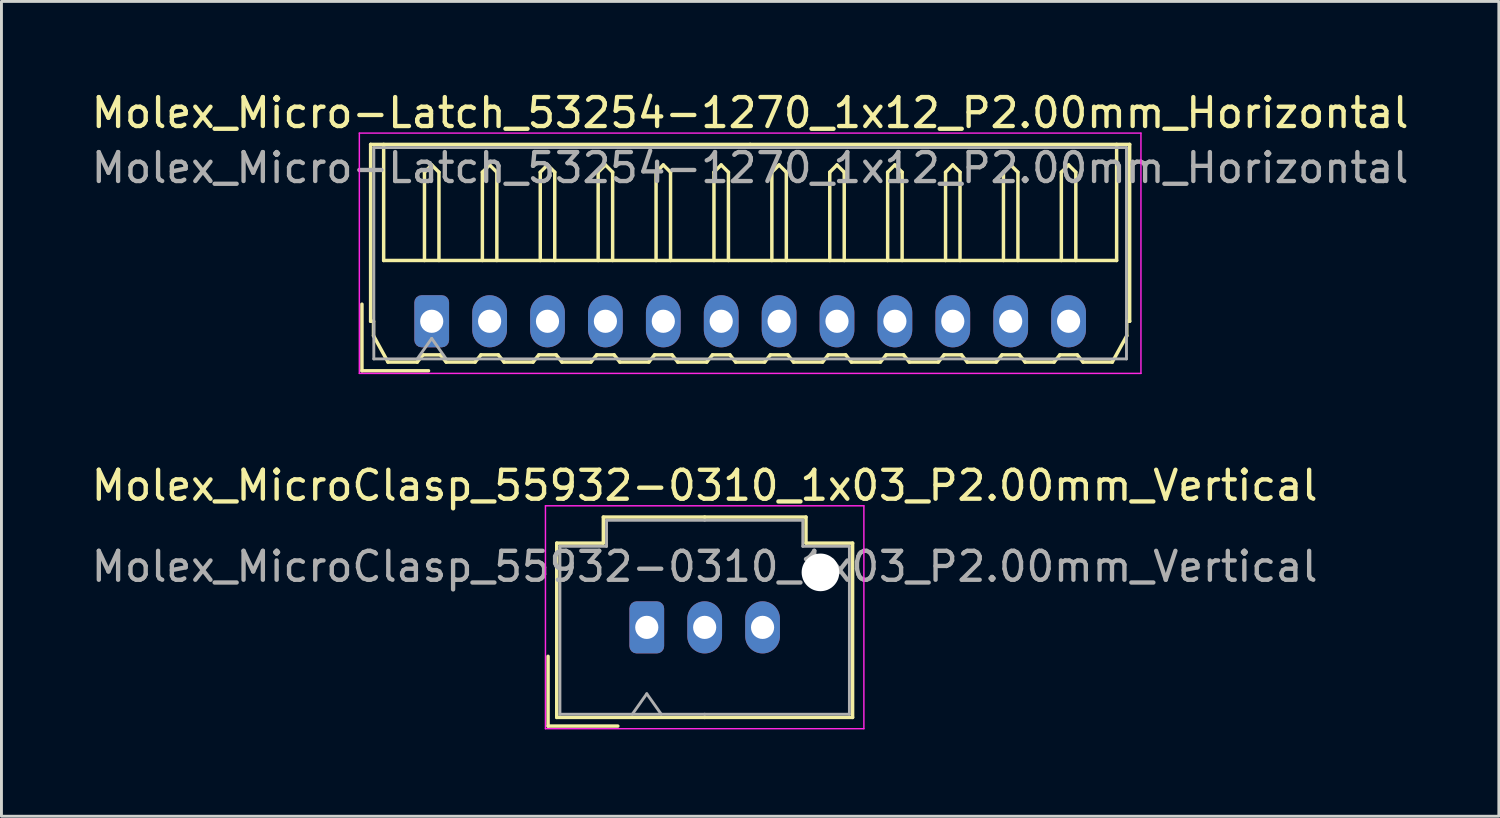
<source format=kicad_pcb>
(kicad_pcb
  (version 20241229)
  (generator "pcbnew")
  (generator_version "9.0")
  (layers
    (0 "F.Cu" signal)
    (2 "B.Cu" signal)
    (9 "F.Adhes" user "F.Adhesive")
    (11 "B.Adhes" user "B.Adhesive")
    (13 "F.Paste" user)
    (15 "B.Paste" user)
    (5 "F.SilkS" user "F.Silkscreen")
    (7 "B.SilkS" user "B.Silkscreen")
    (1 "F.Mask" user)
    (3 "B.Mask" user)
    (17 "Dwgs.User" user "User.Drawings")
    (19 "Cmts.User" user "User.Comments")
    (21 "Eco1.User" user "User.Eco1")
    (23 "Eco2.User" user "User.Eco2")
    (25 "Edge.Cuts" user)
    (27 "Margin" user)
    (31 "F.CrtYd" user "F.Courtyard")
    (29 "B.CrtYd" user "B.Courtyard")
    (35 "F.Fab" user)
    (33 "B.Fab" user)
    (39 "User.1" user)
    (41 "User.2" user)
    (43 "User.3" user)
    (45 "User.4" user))
  (footprint "Molex_MicroClasp_55932-0310_1x03_P2.00mm_Vertical"
    (layer "F.Cu")
    (at 19.292 18.622)
    (property "Reference" "Molex_MicroClasp_55932-0310_1x03_P2.00mm_Vertical" (at 2 -4.9 0) (layer "F.SilkS") (effects (font (size 1 1) (thickness 0.15))))
    (attr through_hole)
    (fp_line (start -3.41 1) (end -3.41 3.41) (stroke (width 0.12) (type solid)) (layer "F.SilkS"))
    (fp_line (start -3.41 3.41) (end -1 3.41) (stroke (width 0.12) (type solid)) (layer "F.SilkS"))
    (fp_line (start -3.11 -2.91) (end -3.11 3.11) (stroke (width 0.12) (type solid)) (layer "F.SilkS"))
    (fp_line (start -3.11 3.11) (end 2 3.11) (stroke (width 0.12) (type solid)) (layer "F.SilkS"))
    (fp_line (start -1.5 -3.81) (end -1.5 -2.91) (stroke (width 0.12) (type solid)) (layer "F.SilkS"))
    (fp_line (start -1.5 -2.91) (end -3.11 -2.91) (stroke (width 0.12) (type solid)) (layer "F.SilkS"))
    (fp_line (start 2 -3.81) (end -1.5 -3.81) (stroke (width 0.12) (type solid)) (layer "F.SilkS"))
    (fp_line (start 2 -3.81) (end 5.5 -3.81) (stroke (width 0.12) (type solid)) (layer "F.SilkS"))
    (fp_line (start 5.5 -3.81) (end 5.5 -2.91) (stroke (width 0.12) (type solid)) (layer "F.SilkS"))
    (fp_line (start 5.5 -2.91) (end 7.11 -2.91) (stroke (width 0.12) (type solid)) (layer "F.SilkS"))
    (fp_line (start 7.11 -2.91) (end 7.11 3.11) (stroke (width 0.12) (type solid)) (layer "F.SilkS"))
    (fp_line (start 7.11 3.11) (end 2 3.11) (stroke (width 0.12) (type solid)) (layer "F.SilkS"))
    (fp_line (start -3.5 -4.2) (end -3.5 3.5) (stroke (width 0.05) (type solid)) (layer "F.CrtYd"))
    (fp_line (start -3.5 3.5) (end 7.5 3.5) (stroke (width 0.05) (type solid)) (layer "F.CrtYd"))
    (fp_line (start 7.5 -4.2) (end -3.5 -4.2) (stroke (width 0.05) (type solid)) (layer "F.CrtYd"))
    (fp_line (start 7.5 3.5) (end 7.5 -4.2) (stroke (width 0.05) (type solid)) (layer "F.CrtYd"))
    (fp_line (start -3 -2.8) (end -3 3) (stroke (width 0.1) (type solid)) (layer "F.Fab"))
    (fp_line (start -3 3) (end 2 3) (stroke (width 0.1) (type solid)) (layer "F.Fab"))
    (fp_line (start -1.39 -3.7) (end -1.39 -2.8) (stroke (width 0.1) (type solid)) (layer "F.Fab"))
    (fp_line (start -1.39 -2.8) (end -3 -2.8) (stroke (width 0.1) (type solid)) (layer "F.Fab"))
    (fp_line (start -0.5 3) (end 0 2.293) (stroke (width 0.1) (type solid)) (layer "F.Fab"))
    (fp_line (start 0 2.293) (end 0.5 3) (stroke (width 0.1) (type solid)) (layer "F.Fab"))
    (fp_line (start 2 -3.7) (end -1.39 -3.7) (stroke (width 0.1) (type solid)) (layer "F.Fab"))
    (fp_line (start 2 -3.7) (end 5.39 -3.7) (stroke (width 0.1) (type solid)) (layer "F.Fab"))
    (fp_line (start 5.39 -3.7) (end 5.39 -2.8) (stroke (width 0.1) (type solid)) (layer "F.Fab"))
    (fp_line (start 5.39 -2.8) (end 7 -2.8) (stroke (width 0.1) (type solid)) (layer "F.Fab"))
    (fp_line (start 7 -2.8) (end 7 3) (stroke (width 0.1) (type solid)) (layer "F.Fab"))
    (fp_line (start 7 3) (end 2 3) (stroke (width 0.1) (type solid)) (layer "F.Fab"))
    (fp_text user "${REFERENCE}" (at 2 -2.1 0) (layer "F.Fab") (effects (font (size 1 1) (thickness 0.15))))
    (pad "" np_thru_hole circle (at 6 -1.9) (size 1.3 1.3) (drill 1.3) (layers "*.Cu" "*.Mask"))
    (pad "1" thru_hole roundrect (at 0 0) (size 1.2 1.8) (drill 0.8) (layers "*.Cu" "*.Mask") (roundrect_rratio 0.208))
    (pad "2" thru_hole oval (at 2 0) (size 1.2 1.8) (drill 0.8) (layers "*.Cu" "*.Mask"))
    (pad "3" thru_hole oval (at 4 0) (size 1.2 1.8) (drill 0.8) (layers "*.Cu" "*.Mask")))
  (footprint "Molex_Micro-Latch_53254-1270_1x12_P2.00mm_Horizontal"
    (layer "F.Cu")
    (at 11.863 8.048)
    (property "Reference" "Molex_Micro-Latch_53254-1270_1x12_P2.00mm_Horizontal" (at 11 -7.2 0) (layer "F.SilkS") (effects (font (size 1 1) (thickness 0.15))))
    (attr through_hole)
    (fp_line (start -2.41 1.71) (end -2.41 -0.59) (stroke (width 0.12) (type solid)) (layer "F.SilkS"))
    (fp_line (start -2.11 -6.11) (end 11 -6.11) (stroke (width 0.12) (type solid)) (layer "F.SilkS"))
    (fp_line (start -2.11 0) (end -2.11 -6.11) (stroke (width 0.12) (type solid)) (layer "F.SilkS"))
    (fp_line (start -2.01 0) (end -2.11 0) (stroke (width 0.12) (type solid)) (layer "F.SilkS"))
    (fp_line (start -2.01 0.5) (end -2.01 0) (stroke (width 0.12) (type solid)) (layer "F.SilkS"))
    (fp_line (start -1.66 -6.11) (end -1.66 -2.1) (stroke (width 0.12) (type solid)) (layer "F.SilkS"))
    (fp_line (start -1.66 -2.1) (end 23.66 -2.1) (stroke (width 0.12) (type solid)) (layer "F.SilkS"))
    (fp_line (start -1.51 1.41) (end -2.01 0.5) (stroke (width 0.12) (type solid)) (layer "F.SilkS"))
    (fp_line (start -0.5 1.41) (end -1.51 1.41) (stroke (width 0.12) (type solid)) (layer "F.SilkS"))
    (fp_line (start -0.3 1.16) (end -0.5 1.41) (stroke (width 0.12) (type solid)) (layer "F.SilkS"))
    (fp_line (start -0.3 1.16) (end 0.3 1.16) (stroke (width 0.12) (type solid)) (layer "F.SilkS"))
    (fp_line (start -0.25 -5.15) (end 0 -5.4) (stroke (width 0.12) (type solid)) (layer "F.SilkS"))
    (fp_line (start -0.25 -2.1) (end -0.25 -5.15) (stroke (width 0.12) (type solid)) (layer "F.SilkS"))
    (fp_line (start -0.11 1.71) (end -2.41 1.71) (stroke (width 0.12) (type solid)) (layer "F.SilkS"))
    (fp_line (start 0 -5.4) (end 0.25 -5.15) (stroke (width 0.12) (type solid)) (layer "F.SilkS"))
    (fp_line (start 0.25 -5.15) (end 0.25 -2.1) (stroke (width 0.12) (type solid)) (layer "F.SilkS"))
    (fp_line (start 0.3 1.16) (end 0.5 1.41) (stroke (width 0.12) (type solid)) (layer "F.SilkS"))
    (fp_line (start 0.5 1.41) (end 1.5 1.41) (stroke (width 0.12) (type solid)) (layer "F.SilkS"))
    (fp_line (start 1.5 1.41) (end 1.7 1.16) (stroke (width 0.12) (type solid)) (layer "F.SilkS"))
    (fp_line (start 1.7 1.16) (end 2.3 1.16) (stroke (width 0.12) (type solid)) (layer "F.SilkS"))
    (fp_line (start 1.75 -5.15) (end 2 -5.4) (stroke (width 0.12) (type solid)) (layer "F.SilkS"))
    (fp_line (start 1.75 -2.1) (end 1.75 -5.15) (stroke (width 0.12) (type solid)) (layer "F.SilkS"))
    (fp_line (start 2 -5.4) (end 2.25 -5.15) (stroke (width 0.12) (type solid)) (layer "F.SilkS"))
    (fp_line (start 2.25 -5.15) (end 2.25 -2.1) (stroke (width 0.12) (type solid)) (layer "F.SilkS"))
    (fp_line (start 2.3 1.16) (end 2.5 1.41) (stroke (width 0.12) (type solid)) (layer "F.SilkS"))
    (fp_line (start 2.5 1.41) (end 3.5 1.41) (stroke (width 0.12) (type solid)) (layer "F.SilkS"))
    (fp_line (start 3.5 1.41) (end 3.7 1.16) (stroke (width 0.12) (type solid)) (layer "F.SilkS"))
    (fp_line (start 3.7 1.16) (end 4.3 1.16) (stroke (width 0.12) (type solid)) (layer "F.SilkS"))
    (fp_line (start 3.75 -5.15) (end 4 -5.4) (stroke (width 0.12) (type solid)) (layer "F.SilkS"))
    (fp_line (start 3.75 -2.1) (end 3.75 -5.15) (stroke (width 0.12) (type solid)) (layer "F.SilkS"))
    (fp_line (start 4 -5.4) (end 4.25 -5.15) (stroke (width 0.12) (type solid)) (layer "F.SilkS"))
    (fp_line (start 4.25 -5.15) (end 4.25 -2.1) (stroke (width 0.12) (type solid)) (layer "F.SilkS"))
    (fp_line (start 4.3 1.16) (end 4.5 1.41) (stroke (width 0.12) (type solid)) (layer "F.SilkS"))
    (fp_line (start 4.5 1.41) (end 5.5 1.41) (stroke (width 0.12) (type solid)) (layer "F.SilkS"))
    (fp_line (start 5.5 1.41) (end 5.7 1.16) (stroke (width 0.12) (type solid)) (layer "F.SilkS"))
    (fp_line (start 5.7 1.16) (end 6.3 1.16) (stroke (width 0.12) (type solid)) (layer "F.SilkS"))
    (fp_line (start 5.75 -5.15) (end 6 -5.4) (stroke (width 0.12) (type solid)) (layer "F.SilkS"))
    (fp_line (start 5.75 -2.1) (end 5.75 -5.15) (stroke (width 0.12) (type solid)) (layer "F.SilkS"))
    (fp_line (start 6 -5.4) (end 6.25 -5.15) (stroke (width 0.12) (type solid)) (layer "F.SilkS"))
    (fp_line (start 6.25 -5.15) (end 6.25 -2.1) (stroke (width 0.12) (type solid)) (layer "F.SilkS"))
    (fp_line (start 6.3 1.16) (end 6.5 1.41) (stroke (width 0.12) (type solid)) (layer "F.SilkS"))
    (fp_line (start 6.5 1.41) (end 7.5 1.41) (stroke (width 0.12) (type solid)) (layer "F.SilkS"))
    (fp_line (start 7.5 1.41) (end 7.7 1.16) (stroke (width 0.12) (type solid)) (layer "F.SilkS"))
    (fp_line (start 7.7 1.16) (end 8.3 1.16) (stroke (width 0.12) (type solid)) (layer "F.SilkS"))
    (fp_line (start 7.75 -5.15) (end 8 -5.4) (stroke (width 0.12) (type solid)) (layer "F.SilkS"))
    (fp_line (start 7.75 -2.1) (end 7.75 -5.15) (stroke (width 0.12) (type solid)) (layer "F.SilkS"))
    (fp_line (start 8 -5.4) (end 8.25 -5.15) (stroke (width 0.12) (type solid)) (layer "F.SilkS"))
    (fp_line (start 8.25 -5.15) (end 8.25 -2.1) (stroke (width 0.12) (type solid)) (layer "F.SilkS"))
    (fp_line (start 8.3 1.16) (end 8.5 1.41) (stroke (width 0.12) (type solid)) (layer "F.SilkS"))
    (fp_line (start 8.5 1.41) (end 9.5 1.41) (stroke (width 0.12) (type solid)) (layer "F.SilkS"))
    (fp_line (start 9.5 1.41) (end 9.7 1.16) (stroke (width 0.12) (type solid)) (layer "F.SilkS"))
    (fp_line (start 9.7 1.16) (end 10.3 1.16) (stroke (width 0.12) (type solid)) (layer "F.SilkS"))
    (fp_line (start 9.75 -5.15) (end 10 -5.4) (stroke (width 0.12) (type solid)) (layer "F.SilkS"))
    (fp_line (start 9.75 -2.1) (end 9.75 -5.15) (stroke (width 0.12) (type solid)) (layer "F.SilkS"))
    (fp_line (start 10 -5.4) (end 10.25 -5.15) (stroke (width 0.12) (type solid)) (layer "F.SilkS"))
    (fp_line (start 10.25 -5.15) (end 10.25 -2.1) (stroke (width 0.12) (type solid)) (layer "F.SilkS"))
    (fp_line (start 10.3 1.16) (end 10.5 1.41) (stroke (width 0.12) (type solid)) (layer "F.SilkS"))
    (fp_line (start 10.5 1.41) (end 11.5 1.41) (stroke (width 0.12) (type solid)) (layer "F.SilkS"))
    (fp_line (start 11.5 1.41) (end 11.7 1.16) (stroke (width 0.12) (type solid)) (layer "F.SilkS"))
    (fp_line (start 11.7 1.16) (end 12.3 1.16) (stroke (width 0.12) (type solid)) (layer "F.SilkS"))
    (fp_line (start 11.75 -5.15) (end 12 -5.4) (stroke (width 0.12) (type solid)) (layer "F.SilkS"))
    (fp_line (start 11.75 -2.1) (end 11.75 -5.15) (stroke (width 0.12) (type solid)) (layer "F.SilkS"))
    (fp_line (start 12 -5.4) (end 12.25 -5.15) (stroke (width 0.12) (type solid)) (layer "F.SilkS"))
    (fp_line (start 12.25 -5.15) (end 12.25 -2.1) (stroke (width 0.12) (type solid)) (layer "F.SilkS"))
    (fp_line (start 12.3 1.16) (end 12.5 1.41) (stroke (width 0.12) (type solid)) (layer "F.SilkS"))
    (fp_line (start 12.5 1.41) (end 13.5 1.41) (stroke (width 0.12) (type solid)) (layer "F.SilkS"))
    (fp_line (start 13.5 1.41) (end 13.7 1.16) (stroke (width 0.12) (type solid)) (layer "F.SilkS"))
    (fp_line (start 13.7 1.16) (end 14.3 1.16) (stroke (width 0.12) (type solid)) (layer "F.SilkS"))
    (fp_line (start 13.75 -5.15) (end 14 -5.4) (stroke (width 0.12) (type solid)) (layer "F.SilkS"))
    (fp_line (start 13.75 -2.1) (end 13.75 -5.15) (stroke (width 0.12) (type solid)) (layer "F.SilkS"))
    (fp_line (start 14 -5.4) (end 14.25 -5.15) (stroke (width 0.12) (type solid)) (layer "F.SilkS"))
    (fp_line (start 14.25 -5.15) (end 14.25 -2.1) (stroke (width 0.12) (type solid)) (layer "F.SilkS"))
    (fp_line (start 14.3 1.16) (end 14.5 1.41) (stroke (width 0.12) (type solid)) (layer "F.SilkS"))
    (fp_line (start 14.5 1.41) (end 15.5 1.41) (stroke (width 0.12) (type solid)) (layer "F.SilkS"))
    (fp_line (start 15.5 1.41) (end 15.7 1.16) (stroke (width 0.12) (type solid)) (layer "F.SilkS"))
    (fp_line (start 15.7 1.16) (end 16.3 1.16) (stroke (width 0.12) (type solid)) (layer "F.SilkS"))
    (fp_line (start 15.75 -5.15) (end 16 -5.4) (stroke (width 0.12) (type solid)) (layer "F.SilkS"))
    (fp_line (start 15.75 -2.1) (end 15.75 -5.15) (stroke (width 0.12) (type solid)) (layer "F.SilkS"))
    (fp_line (start 16 -5.4) (end 16.25 -5.15) (stroke (width 0.12) (type solid)) (layer "F.SilkS"))
    (fp_line (start 16.25 -5.15) (end 16.25 -2.1) (stroke (width 0.12) (type solid)) (layer "F.SilkS"))
    (fp_line (start 16.3 1.16) (end 16.5 1.41) (stroke (width 0.12) (type solid)) (layer "F.SilkS"))
    (fp_line (start 16.5 1.41) (end 17.5 1.41) (stroke (width 0.12) (type solid)) (layer "F.SilkS"))
    (fp_line (start 17.5 1.41) (end 17.7 1.16) (stroke (width 0.12) (type solid)) (layer "F.SilkS"))
    (fp_line (start 17.7 1.16) (end 18.3 1.16) (stroke (width 0.12) (type solid)) (layer "F.SilkS"))
    (fp_line (start 17.75 -5.15) (end 18 -5.4) (stroke (width 0.12) (type solid)) (layer "F.SilkS"))
    (fp_line (start 17.75 -2.1) (end 17.75 -5.15) (stroke (width 0.12) (type solid)) (layer "F.SilkS"))
    (fp_line (start 18 -5.4) (end 18.25 -5.15) (stroke (width 0.12) (type solid)) (layer "F.SilkS"))
    (fp_line (start 18.25 -5.15) (end 18.25 -2.1) (stroke (width 0.12) (type solid)) (layer "F.SilkS"))
    (fp_line (start 18.3 1.16) (end 18.5 1.41) (stroke (width 0.12) (type solid)) (layer "F.SilkS"))
    (fp_line (start 18.5 1.41) (end 19.5 1.41) (stroke (width 0.12) (type solid)) (layer "F.SilkS"))
    (fp_line (start 19.5 1.41) (end 19.7 1.16) (stroke (width 0.12) (type solid)) (layer "F.SilkS"))
    (fp_line (start 19.7 1.16) (end 20.3 1.16) (stroke (width 0.12) (type solid)) (layer "F.SilkS"))
    (fp_line (start 19.75 -5.15) (end 20 -5.4) (stroke (width 0.12) (type solid)) (layer "F.SilkS"))
    (fp_line (start 19.75 -2.1) (end 19.75 -5.15) (stroke (width 0.12) (type solid)) (layer "F.SilkS"))
    (fp_line (start 20 -5.4) (end 20.25 -5.15) (stroke (width 0.12) (type solid)) (layer "F.SilkS"))
    (fp_line (start 20.25 -5.15) (end 20.25 -2.1) (stroke (width 0.12) (type solid)) (layer "F.SilkS"))
    (fp_line (start 20.3 1.16) (end 20.5 1.41) (stroke (width 0.12) (type solid)) (layer "F.SilkS"))
    (fp_line (start 20.5 1.41) (end 21.5 1.41) (stroke (width 0.12) (type solid)) (layer "F.SilkS"))
    (fp_line (start 21.5 1.41) (end 21.7 1.16) (stroke (width 0.12) (type solid)) (layer "F.SilkS"))
    (fp_line (start 21.7 1.16) (end 22.3 1.16) (stroke (width 0.12) (type solid)) (layer "F.SilkS"))
    (fp_line (start 21.75 -5.15) (end 22 -5.4) (stroke (width 0.12) (type solid)) (layer "F.SilkS"))
    (fp_line (start 21.75 -2.1) (end 21.75 -5.15) (stroke (width 0.12) (type solid)) (layer "F.SilkS"))
    (fp_line (start 22 -5.4) (end 22.25 -5.15) (stroke (width 0.12) (type solid)) (layer "F.SilkS"))
    (fp_line (start 22.25 -5.15) (end 22.25 -2.1) (stroke (width 0.12) (type solid)) (layer "F.SilkS"))
    (fp_line (start 22.3 1.16) (end 22.5 1.41) (stroke (width 0.12) (type solid)) (layer "F.SilkS"))
    (fp_line (start 22.5 1.41) (end 23.51 1.41) (stroke (width 0.12) (type solid)) (layer "F.SilkS"))
    (fp_line (start 23.51 1.41) (end 24.01 0.5) (stroke (width 0.12) (type solid)) (layer "F.SilkS"))
    (fp_line (start 23.66 -2.1) (end 23.66 -6.11) (stroke (width 0.12) (type solid)) (layer "F.SilkS"))
    (fp_line (start 24.01 0) (end 24.11 0) (stroke (width 0.12) (type solid)) (layer "F.SilkS"))
    (fp_line (start 24.01 0.5) (end 24.01 0) (stroke (width 0.12) (type solid)) (layer "F.SilkS"))
    (fp_line (start 24.11 -6.11) (end 11 -6.11) (stroke (width 0.12) (type solid)) (layer "F.SilkS"))
    (fp_line (start 24.11 0) (end 24.11 -6.11) (stroke (width 0.12) (type solid)) (layer "F.SilkS"))
    (fp_line (start -2.5 -6.5) (end -2.5 1.8) (stroke (width 0.05) (type solid)) (layer "F.CrtYd"))
    (fp_line (start -2.5 1.8) (end 24.5 1.8) (stroke (width 0.05) (type solid)) (layer "F.CrtYd"))
    (fp_line (start 24.5 -6.5) (end -2.5 -6.5) (stroke (width 0.05) (type solid)) (layer "F.CrtYd"))
    (fp_line (start 24.5 1.8) (end 24.5 -6.5) (stroke (width 0.05) (type solid)) (layer "F.CrtYd"))
    (fp_line (start -2 -6) (end -2 1.3) (stroke (width 0.1) (type solid)) (layer "F.Fab"))
    (fp_line (start -2 1.3) (end 24 1.3) (stroke (width 0.1) (type solid)) (layer "F.Fab"))
    (fp_line (start -0.5 1.3) (end 0 0.593) (stroke (width 0.1) (type solid)) (layer "F.Fab"))
    (fp_line (start 0 0.593) (end 0.5 1.3) (stroke (width 0.1) (type solid)) (layer "F.Fab"))
    (fp_line (start 24 -6) (end -2 -6) (stroke (width 0.1) (type solid)) (layer "F.Fab"))
    (fp_line (start 24 1.3) (end 24 -6) (stroke (width 0.1) (type solid)) (layer "F.Fab"))
    (fp_text user "${REFERENCE}" (at 11 -5.3 0) (layer "F.Fab") (effects (font (size 1 1) (thickness 0.15))))
    (pad "1" thru_hole roundrect (at 0 0) (size 1.2 1.8) (drill 0.8) (layers "*.Cu" "*.Mask") (roundrect_rratio 0.208))
    (pad "2" thru_hole oval (at 2 0) (size 1.2 1.8) (drill 0.8) (layers "*.Cu" "*.Mask"))
    (pad "3" thru_hole oval (at 4 0) (size 1.2 1.8) (drill 0.8) (layers "*.Cu" "*.Mask"))
    (pad "4" thru_hole oval (at 6 0) (size 1.2 1.8) (drill 0.8) (layers "*.Cu" "*.Mask"))
    (pad "5" thru_hole oval (at 8 0) (size 1.2 1.8) (drill 0.8) (layers "*.Cu" "*.Mask"))
    (pad "6" thru_hole oval (at 10 0) (size 1.2 1.8) (drill 0.8) (layers "*.Cu" "*.Mask"))
    (pad "7" thru_hole oval (at 12 0) (size 1.2 1.8) (drill 0.8) (layers "*.Cu" "*.Mask"))
    (pad "8" thru_hole oval (at 14 0) (size 1.2 1.8) (drill 0.8) (layers "*.Cu" "*.Mask"))
    (pad "9" thru_hole oval (at 16 0) (size 1.2 1.8) (drill 0.8) (layers "*.Cu" "*.Mask"))
    (pad "10" thru_hole oval (at 18 0) (size 1.2 1.8) (drill 0.8) (layers "*.Cu" "*.Mask"))
    (pad "11" thru_hole oval (at 20 0) (size 1.2 1.8) (drill 0.8) (layers "*.Cu" "*.Mask"))
    (pad "12" thru_hole oval (at 22 0) (size 1.2 1.8) (drill 0.8) (layers "*.Cu" "*.Mask")))
  (gr_rect
    (start -3 -3)
    (end 48.726 25.146)
    (stroke (width 0.1) (type default))
    (fill no)
    (layer "Edge.Cuts")))
</source>
